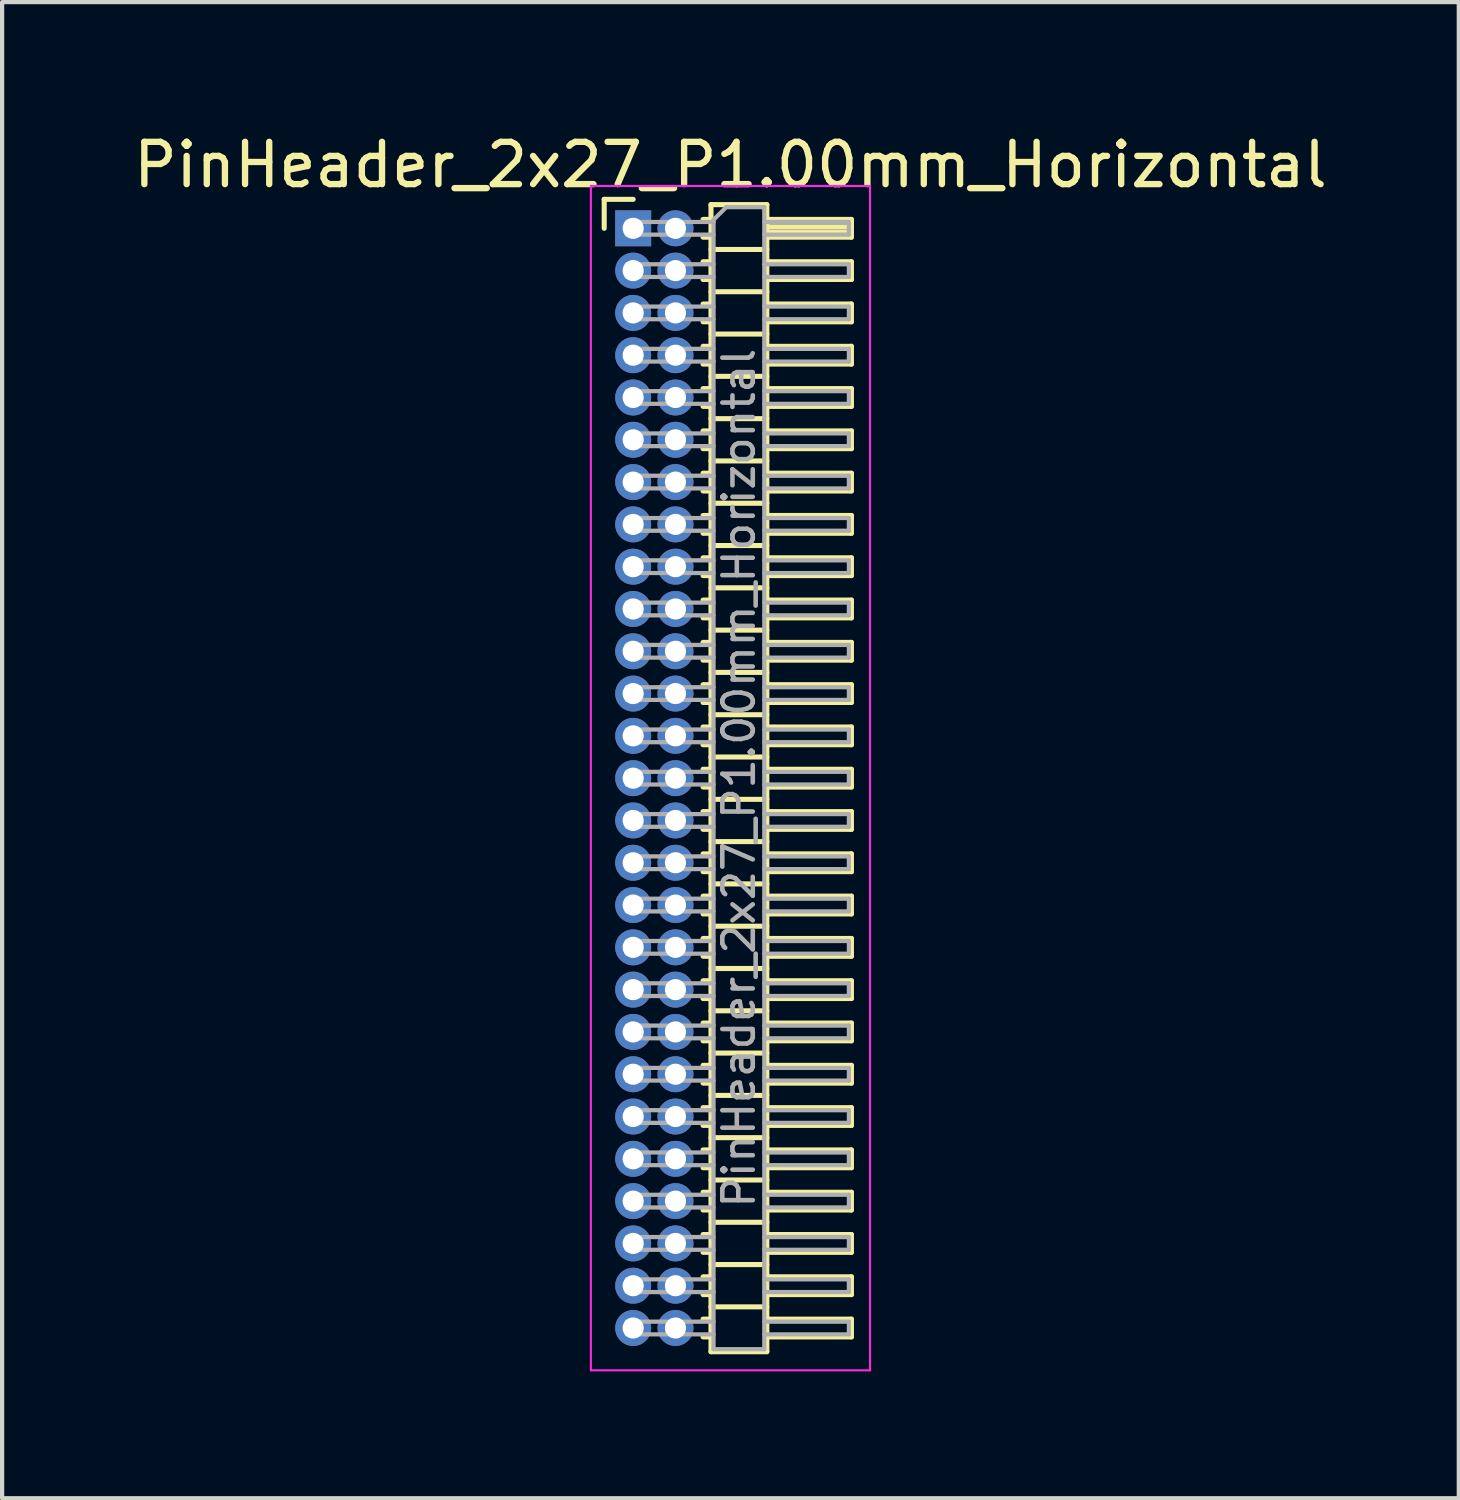
<source format=kicad_pcb>
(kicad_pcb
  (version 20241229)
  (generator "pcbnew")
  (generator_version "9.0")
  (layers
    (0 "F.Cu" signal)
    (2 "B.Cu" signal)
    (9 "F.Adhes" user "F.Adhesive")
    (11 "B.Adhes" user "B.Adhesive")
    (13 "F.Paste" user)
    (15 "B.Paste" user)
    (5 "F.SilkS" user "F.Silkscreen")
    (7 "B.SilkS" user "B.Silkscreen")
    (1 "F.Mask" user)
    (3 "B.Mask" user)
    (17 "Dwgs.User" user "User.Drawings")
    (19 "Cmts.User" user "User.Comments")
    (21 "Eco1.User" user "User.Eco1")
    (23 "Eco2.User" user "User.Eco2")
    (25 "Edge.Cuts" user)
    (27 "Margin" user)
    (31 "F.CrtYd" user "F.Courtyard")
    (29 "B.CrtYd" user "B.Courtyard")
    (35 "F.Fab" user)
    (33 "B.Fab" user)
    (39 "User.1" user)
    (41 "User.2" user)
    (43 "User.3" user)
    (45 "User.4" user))
  (footprint "PinHeader_2x27_P1.00mm_Horizontal"
    (layer "F.Cu")
    (at 11.92 2.348)
    (property "Reference" "PinHeader_2x27_P1.00mm_Horizontal" (at 2.3 -1.5 0) (layer "F.SilkS") (effects (font (size 1 1) (thickness 0.15))))
    (attr through_hole)
    (fp_line (start -0.685 -0.685) (end 0 -0.685) (stroke (width 0.12) (type solid)) (layer "F.SilkS"))
    (fp_line (start -0.685 0) (end -0.685 -0.685) (stroke (width 0.12) (type solid)) (layer "F.SilkS"))
    (fp_line (start 1.652 -0.21) (end 1.84 -0.21) (stroke (width 0.12) (type solid)) (layer "F.SilkS"))
    (fp_line (start 1.652 0.21) (end 1.84 0.21) (stroke (width 0.12) (type solid)) (layer "F.SilkS"))
    (fp_line (start 1.652 0.79) (end 1.84 0.79) (stroke (width 0.12) (type solid)) (layer "F.SilkS"))
    (fp_line (start 1.652 1.21) (end 1.84 1.21) (stroke (width 0.12) (type solid)) (layer "F.SilkS"))
    (fp_line (start 1.652 1.79) (end 1.84 1.79) (stroke (width 0.12) (type solid)) (layer "F.SilkS"))
    (fp_line (start 1.652 2.21) (end 1.84 2.21) (stroke (width 0.12) (type solid)) (layer "F.SilkS"))
    (fp_line (start 1.652 2.79) (end 1.84 2.79) (stroke (width 0.12) (type solid)) (layer "F.SilkS"))
    (fp_line (start 1.652 3.21) (end 1.84 3.21) (stroke (width 0.12) (type solid)) (layer "F.SilkS"))
    (fp_line (start 1.652 3.79) (end 1.84 3.79) (stroke (width 0.12) (type solid)) (layer "F.SilkS"))
    (fp_line (start 1.652 4.21) (end 1.84 4.21) (stroke (width 0.12) (type solid)) (layer "F.SilkS"))
    (fp_line (start 1.652 4.79) (end 1.84 4.79) (stroke (width 0.12) (type solid)) (layer "F.SilkS"))
    (fp_line (start 1.652 5.21) (end 1.84 5.21) (stroke (width 0.12) (type solid)) (layer "F.SilkS"))
    (fp_line (start 1.652 5.79) (end 1.84 5.79) (stroke (width 0.12) (type solid)) (layer "F.SilkS"))
    (fp_line (start 1.652 6.21) (end 1.84 6.21) (stroke (width 0.12) (type solid)) (layer "F.SilkS"))
    (fp_line (start 1.652 6.79) (end 1.84 6.79) (stroke (width 0.12) (type solid)) (layer "F.SilkS"))
    (fp_line (start 1.652 7.21) (end 1.84 7.21) (stroke (width 0.12) (type solid)) (layer "F.SilkS"))
    (fp_line (start 1.652 7.79) (end 1.84 7.79) (stroke (width 0.12) (type solid)) (layer "F.SilkS"))
    (fp_line (start 1.652 8.21) (end 1.84 8.21) (stroke (width 0.12) (type solid)) (layer "F.SilkS"))
    (fp_line (start 1.652 8.79) (end 1.84 8.79) (stroke (width 0.12) (type solid)) (layer "F.SilkS"))
    (fp_line (start 1.652 9.21) (end 1.84 9.21) (stroke (width 0.12) (type solid)) (layer "F.SilkS"))
    (fp_line (start 1.652 9.79) (end 1.84 9.79) (stroke (width 0.12) (type solid)) (layer "F.SilkS"))
    (fp_line (start 1.652 10.21) (end 1.84 10.21) (stroke (width 0.12) (type solid)) (layer "F.SilkS"))
    (fp_line (start 1.652 10.79) (end 1.84 10.79) (stroke (width 0.12) (type solid)) (layer "F.SilkS"))
    (fp_line (start 1.652 11.21) (end 1.84 11.21) (stroke (width 0.12) (type solid)) (layer "F.SilkS"))
    (fp_line (start 1.652 11.79) (end 1.84 11.79) (stroke (width 0.12) (type solid)) (layer "F.SilkS"))
    (fp_line (start 1.652 12.21) (end 1.84 12.21) (stroke (width 0.12) (type solid)) (layer "F.SilkS"))
    (fp_line (start 1.652 12.79) (end 1.84 12.79) (stroke (width 0.12) (type solid)) (layer "F.SilkS"))
    (fp_line (start 1.652 13.21) (end 1.84 13.21) (stroke (width 0.12) (type solid)) (layer "F.SilkS"))
    (fp_line (start 1.652 13.79) (end 1.84 13.79) (stroke (width 0.12) (type solid)) (layer "F.SilkS"))
    (fp_line (start 1.652 14.21) (end 1.84 14.21) (stroke (width 0.12) (type solid)) (layer "F.SilkS"))
    (fp_line (start 1.652 14.79) (end 1.84 14.79) (stroke (width 0.12) (type solid)) (layer "F.SilkS"))
    (fp_line (start 1.652 15.21) (end 1.84 15.21) (stroke (width 0.12) (type solid)) (layer "F.SilkS"))
    (fp_line (start 1.652 15.79) (end 1.84 15.79) (stroke (width 0.12) (type solid)) (layer "F.SilkS"))
    (fp_line (start 1.652 16.21) (end 1.84 16.21) (stroke (width 0.12) (type solid)) (layer "F.SilkS"))
    (fp_line (start 1.652 16.79) (end 1.84 16.79) (stroke (width 0.12) (type solid)) (layer "F.SilkS"))
    (fp_line (start 1.652 17.21) (end 1.84 17.21) (stroke (width 0.12) (type solid)) (layer "F.SilkS"))
    (fp_line (start 1.652 17.79) (end 1.84 17.79) (stroke (width 0.12) (type solid)) (layer "F.SilkS"))
    (fp_line (start 1.652 18.21) (end 1.84 18.21) (stroke (width 0.12) (type solid)) (layer "F.SilkS"))
    (fp_line (start 1.652 18.79) (end 1.84 18.79) (stroke (width 0.12) (type solid)) (layer "F.SilkS"))
    (fp_line (start 1.652 19.21) (end 1.84 19.21) (stroke (width 0.12) (type solid)) (layer "F.SilkS"))
    (fp_line (start 1.652 19.79) (end 1.84 19.79) (stroke (width 0.12) (type solid)) (layer "F.SilkS"))
    (fp_line (start 1.652 20.21) (end 1.84 20.21) (stroke (width 0.12) (type solid)) (layer "F.SilkS"))
    (fp_line (start 1.652 20.79) (end 1.84 20.79) (stroke (width 0.12) (type solid)) (layer "F.SilkS"))
    (fp_line (start 1.652 21.21) (end 1.84 21.21) (stroke (width 0.12) (type solid)) (layer "F.SilkS"))
    (fp_line (start 1.652 21.79) (end 1.84 21.79) (stroke (width 0.12) (type solid)) (layer "F.SilkS"))
    (fp_line (start 1.652 22.21) (end 1.84 22.21) (stroke (width 0.12) (type solid)) (layer "F.SilkS"))
    (fp_line (start 1.652 22.79) (end 1.84 22.79) (stroke (width 0.12) (type solid)) (layer "F.SilkS"))
    (fp_line (start 1.652 23.21) (end 1.84 23.21) (stroke (width 0.12) (type solid)) (layer "F.SilkS"))
    (fp_line (start 1.652 23.79) (end 1.84 23.79) (stroke (width 0.12) (type solid)) (layer "F.SilkS"))
    (fp_line (start 1.652 24.21) (end 1.84 24.21) (stroke (width 0.12) (type solid)) (layer "F.SilkS"))
    (fp_line (start 1.652 24.79) (end 1.84 24.79) (stroke (width 0.12) (type solid)) (layer "F.SilkS"))
    (fp_line (start 1.652 25.21) (end 1.84 25.21) (stroke (width 0.12) (type solid)) (layer "F.SilkS"))
    (fp_line (start 1.652 25.79) (end 1.84 25.79) (stroke (width 0.12) (type solid)) (layer "F.SilkS"))
    (fp_line (start 1.652 26.21) (end 1.84 26.21) (stroke (width 0.12) (type solid)) (layer "F.SilkS"))
    (fp_line (start 1.84 -0.56) (end 1.84 26.56) (stroke (width 0.12) (type solid)) (layer "F.SilkS"))
    (fp_line (start 1.84 0.5) (end 3.16 0.5) (stroke (width 0.12) (type solid)) (layer "F.SilkS"))
    (fp_line (start 1.84 1.5) (end 3.16 1.5) (stroke (width 0.12) (type solid)) (layer "F.SilkS"))
    (fp_line (start 1.84 2.5) (end 3.16 2.5) (stroke (width 0.12) (type solid)) (layer "F.SilkS"))
    (fp_line (start 1.84 3.5) (end 3.16 3.5) (stroke (width 0.12) (type solid)) (layer "F.SilkS"))
    (fp_line (start 1.84 4.5) (end 3.16 4.5) (stroke (width 0.12) (type solid)) (layer "F.SilkS"))
    (fp_line (start 1.84 5.5) (end 3.16 5.5) (stroke (width 0.12) (type solid)) (layer "F.SilkS"))
    (fp_line (start 1.84 6.5) (end 3.16 6.5) (stroke (width 0.12) (type solid)) (layer "F.SilkS"))
    (fp_line (start 1.84 7.5) (end 3.16 7.5) (stroke (width 0.12) (type solid)) (layer "F.SilkS"))
    (fp_line (start 1.84 8.5) (end 3.16 8.5) (stroke (width 0.12) (type solid)) (layer "F.SilkS"))
    (fp_line (start 1.84 9.5) (end 3.16 9.5) (stroke (width 0.12) (type solid)) (layer "F.SilkS"))
    (fp_line (start 1.84 10.5) (end 3.16 10.5) (stroke (width 0.12) (type solid)) (layer "F.SilkS"))
    (fp_line (start 1.84 11.5) (end 3.16 11.5) (stroke (width 0.12) (type solid)) (layer "F.SilkS"))
    (fp_line (start 1.84 12.5) (end 3.16 12.5) (stroke (width 0.12) (type solid)) (layer "F.SilkS"))
    (fp_line (start 1.84 13.5) (end 3.16 13.5) (stroke (width 0.12) (type solid)) (layer "F.SilkS"))
    (fp_line (start 1.84 14.5) (end 3.16 14.5) (stroke (width 0.12) (type solid)) (layer "F.SilkS"))
    (fp_line (start 1.84 15.5) (end 3.16 15.5) (stroke (width 0.12) (type solid)) (layer "F.SilkS"))
    (fp_line (start 1.84 16.5) (end 3.16 16.5) (stroke (width 0.12) (type solid)) (layer "F.SilkS"))
    (fp_line (start 1.84 17.5) (end 3.16 17.5) (stroke (width 0.12) (type solid)) (layer "F.SilkS"))
    (fp_line (start 1.84 18.5) (end 3.16 18.5) (stroke (width 0.12) (type solid)) (layer "F.SilkS"))
    (fp_line (start 1.84 19.5) (end 3.16 19.5) (stroke (width 0.12) (type solid)) (layer "F.SilkS"))
    (fp_line (start 1.84 20.5) (end 3.16 20.5) (stroke (width 0.12) (type solid)) (layer "F.SilkS"))
    (fp_line (start 1.84 21.5) (end 3.16 21.5) (stroke (width 0.12) (type solid)) (layer "F.SilkS"))
    (fp_line (start 1.84 22.5) (end 3.16 22.5) (stroke (width 0.12) (type solid)) (layer "F.SilkS"))
    (fp_line (start 1.84 23.5) (end 3.16 23.5) (stroke (width 0.12) (type solid)) (layer "F.SilkS"))
    (fp_line (start 1.84 24.5) (end 3.16 24.5) (stroke (width 0.12) (type solid)) (layer "F.SilkS"))
    (fp_line (start 1.84 25.5) (end 3.16 25.5) (stroke (width 0.12) (type solid)) (layer "F.SilkS"))
    (fp_line (start 1.84 26.56) (end 3.16 26.56) (stroke (width 0.12) (type solid)) (layer "F.SilkS"))
    (fp_line (start 3.16 -0.56) (end 1.84 -0.56) (stroke (width 0.12) (type solid)) (layer "F.SilkS"))
    (fp_line (start 3.16 -0.21) (end 5.16 -0.21) (stroke (width 0.12) (type solid)) (layer "F.SilkS"))
    (fp_line (start 3.16 -0.15) (end 5.16 -0.15) (stroke (width 0.12) (type solid)) (layer "F.SilkS"))
    (fp_line (start 3.16 -0.03) (end 5.16 -0.03) (stroke (width 0.12) (type solid)) (layer "F.SilkS"))
    (fp_line (start 3.16 0.09) (end 5.16 0.09) (stroke (width 0.12) (type solid)) (layer "F.SilkS"))
    (fp_line (start 3.16 0.79) (end 5.16 0.79) (stroke (width 0.12) (type solid)) (layer "F.SilkS"))
    (fp_line (start 3.16 1.79) (end 5.16 1.79) (stroke (width 0.12) (type solid)) (layer "F.SilkS"))
    (fp_line (start 3.16 2.79) (end 5.16 2.79) (stroke (width 0.12) (type solid)) (layer "F.SilkS"))
    (fp_line (start 3.16 3.79) (end 5.16 3.79) (stroke (width 0.12) (type solid)) (layer "F.SilkS"))
    (fp_line (start 3.16 4.79) (end 5.16 4.79) (stroke (width 0.12) (type solid)) (layer "F.SilkS"))
    (fp_line (start 3.16 5.79) (end 5.16 5.79) (stroke (width 0.12) (type solid)) (layer "F.SilkS"))
    (fp_line (start 3.16 6.79) (end 5.16 6.79) (stroke (width 0.12) (type solid)) (layer "F.SilkS"))
    (fp_line (start 3.16 7.79) (end 5.16 7.79) (stroke (width 0.12) (type solid)) (layer "F.SilkS"))
    (fp_line (start 3.16 8.79) (end 5.16 8.79) (stroke (width 0.12) (type solid)) (layer "F.SilkS"))
    (fp_line (start 3.16 9.79) (end 5.16 9.79) (stroke (width 0.12) (type solid)) (layer "F.SilkS"))
    (fp_line (start 3.16 10.79) (end 5.16 10.79) (stroke (width 0.12) (type solid)) (layer "F.SilkS"))
    (fp_line (start 3.16 11.79) (end 5.16 11.79) (stroke (width 0.12) (type solid)) (layer "F.SilkS"))
    (fp_line (start 3.16 12.79) (end 5.16 12.79) (stroke (width 0.12) (type solid)) (layer "F.SilkS"))
    (fp_line (start 3.16 13.79) (end 5.16 13.79) (stroke (width 0.12) (type solid)) (layer "F.SilkS"))
    (fp_line (start 3.16 14.79) (end 5.16 14.79) (stroke (width 0.12) (type solid)) (layer "F.SilkS"))
    (fp_line (start 3.16 15.79) (end 5.16 15.79) (stroke (width 0.12) (type solid)) (layer "F.SilkS"))
    (fp_line (start 3.16 16.79) (end 5.16 16.79) (stroke (width 0.12) (type solid)) (layer "F.SilkS"))
    (fp_line (start 3.16 17.79) (end 5.16 17.79) (stroke (width 0.12) (type solid)) (layer "F.SilkS"))
    (fp_line (start 3.16 18.79) (end 5.16 18.79) (stroke (width 0.12) (type solid)) (layer "F.SilkS"))
    (fp_line (start 3.16 19.79) (end 5.16 19.79) (stroke (width 0.12) (type solid)) (layer "F.SilkS"))
    (fp_line (start 3.16 20.79) (end 5.16 20.79) (stroke (width 0.12) (type solid)) (layer "F.SilkS"))
    (fp_line (start 3.16 21.79) (end 5.16 21.79) (stroke (width 0.12) (type solid)) (layer "F.SilkS"))
    (fp_line (start 3.16 22.79) (end 5.16 22.79) (stroke (width 0.12) (type solid)) (layer "F.SilkS"))
    (fp_line (start 3.16 23.79) (end 5.16 23.79) (stroke (width 0.12) (type solid)) (layer "F.SilkS"))
    (fp_line (start 3.16 24.79) (end 5.16 24.79) (stroke (width 0.12) (type solid)) (layer "F.SilkS"))
    (fp_line (start 3.16 25.79) (end 5.16 25.79) (stroke (width 0.12) (type solid)) (layer "F.SilkS"))
    (fp_line (start 3.16 26.56) (end 3.16 -0.56) (stroke (width 0.12) (type solid)) (layer "F.SilkS"))
    (fp_line (start 5.16 -0.21) (end 5.16 0.21) (stroke (width 0.12) (type solid)) (layer "F.SilkS"))
    (fp_line (start 5.16 0.21) (end 3.16 0.21) (stroke (width 0.12) (type solid)) (layer "F.SilkS"))
    (fp_line (start 5.16 0.79) (end 5.16 1.21) (stroke (width 0.12) (type solid)) (layer "F.SilkS"))
    (fp_line (start 5.16 1.21) (end 3.16 1.21) (stroke (width 0.12) (type solid)) (layer "F.SilkS"))
    (fp_line (start 5.16 1.79) (end 5.16 2.21) (stroke (width 0.12) (type solid)) (layer "F.SilkS"))
    (fp_line (start 5.16 2.21) (end 3.16 2.21) (stroke (width 0.12) (type solid)) (layer "F.SilkS"))
    (fp_line (start 5.16 2.79) (end 5.16 3.21) (stroke (width 0.12) (type solid)) (layer "F.SilkS"))
    (fp_line (start 5.16 3.21) (end 3.16 3.21) (stroke (width 0.12) (type solid)) (layer "F.SilkS"))
    (fp_line (start 5.16 3.79) (end 5.16 4.21) (stroke (width 0.12) (type solid)) (layer "F.SilkS"))
    (fp_line (start 5.16 4.21) (end 3.16 4.21) (stroke (width 0.12) (type solid)) (layer "F.SilkS"))
    (fp_line (start 5.16 4.79) (end 5.16 5.21) (stroke (width 0.12) (type solid)) (layer "F.SilkS"))
    (fp_line (start 5.16 5.21) (end 3.16 5.21) (stroke (width 0.12) (type solid)) (layer "F.SilkS"))
    (fp_line (start 5.16 5.79) (end 5.16 6.21) (stroke (width 0.12) (type solid)) (layer "F.SilkS"))
    (fp_line (start 5.16 6.21) (end 3.16 6.21) (stroke (width 0.12) (type solid)) (layer "F.SilkS"))
    (fp_line (start 5.16 6.79) (end 5.16 7.21) (stroke (width 0.12) (type solid)) (layer "F.SilkS"))
    (fp_line (start 5.16 7.21) (end 3.16 7.21) (stroke (width 0.12) (type solid)) (layer "F.SilkS"))
    (fp_line (start 5.16 7.79) (end 5.16 8.21) (stroke (width 0.12) (type solid)) (layer "F.SilkS"))
    (fp_line (start 5.16 8.21) (end 3.16 8.21) (stroke (width 0.12) (type solid)) (layer "F.SilkS"))
    (fp_line (start 5.16 8.79) (end 5.16 9.21) (stroke (width 0.12) (type solid)) (layer "F.SilkS"))
    (fp_line (start 5.16 9.21) (end 3.16 9.21) (stroke (width 0.12) (type solid)) (layer "F.SilkS"))
    (fp_line (start 5.16 9.79) (end 5.16 10.21) (stroke (width 0.12) (type solid)) (layer "F.SilkS"))
    (fp_line (start 5.16 10.21) (end 3.16 10.21) (stroke (width 0.12) (type solid)) (layer "F.SilkS"))
    (fp_line (start 5.16 10.79) (end 5.16 11.21) (stroke (width 0.12) (type solid)) (layer "F.SilkS"))
    (fp_line (start 5.16 11.21) (end 3.16 11.21) (stroke (width 0.12) (type solid)) (layer "F.SilkS"))
    (fp_line (start 5.16 11.79) (end 5.16 12.21) (stroke (width 0.12) (type solid)) (layer "F.SilkS"))
    (fp_line (start 5.16 12.21) (end 3.16 12.21) (stroke (width 0.12) (type solid)) (layer "F.SilkS"))
    (fp_line (start 5.16 12.79) (end 5.16 13.21) (stroke (width 0.12) (type solid)) (layer "F.SilkS"))
    (fp_line (start 5.16 13.21) (end 3.16 13.21) (stroke (width 0.12) (type solid)) (layer "F.SilkS"))
    (fp_line (start 5.16 13.79) (end 5.16 14.21) (stroke (width 0.12) (type solid)) (layer "F.SilkS"))
    (fp_line (start 5.16 14.21) (end 3.16 14.21) (stroke (width 0.12) (type solid)) (layer "F.SilkS"))
    (fp_line (start 5.16 14.79) (end 5.16 15.21) (stroke (width 0.12) (type solid)) (layer "F.SilkS"))
    (fp_line (start 5.16 15.21) (end 3.16 15.21) (stroke (width 0.12) (type solid)) (layer "F.SilkS"))
    (fp_line (start 5.16 15.79) (end 5.16 16.21) (stroke (width 0.12) (type solid)) (layer "F.SilkS"))
    (fp_line (start 5.16 16.21) (end 3.16 16.21) (stroke (width 0.12) (type solid)) (layer "F.SilkS"))
    (fp_line (start 5.16 16.79) (end 5.16 17.21) (stroke (width 0.12) (type solid)) (layer "F.SilkS"))
    (fp_line (start 5.16 17.21) (end 3.16 17.21) (stroke (width 0.12) (type solid)) (layer "F.SilkS"))
    (fp_line (start 5.16 17.79) (end 5.16 18.21) (stroke (width 0.12) (type solid)) (layer "F.SilkS"))
    (fp_line (start 5.16 18.21) (end 3.16 18.21) (stroke (width 0.12) (type solid)) (layer "F.SilkS"))
    (fp_line (start 5.16 18.79) (end 5.16 19.21) (stroke (width 0.12) (type solid)) (layer "F.SilkS"))
    (fp_line (start 5.16 19.21) (end 3.16 19.21) (stroke (width 0.12) (type solid)) (layer "F.SilkS"))
    (fp_line (start 5.16 19.79) (end 5.16 20.21) (stroke (width 0.12) (type solid)) (layer "F.SilkS"))
    (fp_line (start 5.16 20.21) (end 3.16 20.21) (stroke (width 0.12) (type solid)) (layer "F.SilkS"))
    (fp_line (start 5.16 20.79) (end 5.16 21.21) (stroke (width 0.12) (type solid)) (layer "F.SilkS"))
    (fp_line (start 5.16 21.21) (end 3.16 21.21) (stroke (width 0.12) (type solid)) (layer "F.SilkS"))
    (fp_line (start 5.16 21.79) (end 5.16 22.21) (stroke (width 0.12) (type solid)) (layer "F.SilkS"))
    (fp_line (start 5.16 22.21) (end 3.16 22.21) (stroke (width 0.12) (type solid)) (layer "F.SilkS"))
    (fp_line (start 5.16 22.79) (end 5.16 23.21) (stroke (width 0.12) (type solid)) (layer "F.SilkS"))
    (fp_line (start 5.16 23.21) (end 3.16 23.21) (stroke (width 0.12) (type solid)) (layer "F.SilkS"))
    (fp_line (start 5.16 23.79) (end 5.16 24.21) (stroke (width 0.12) (type solid)) (layer "F.SilkS"))
    (fp_line (start 5.16 24.21) (end 3.16 24.21) (stroke (width 0.12) (type solid)) (layer "F.SilkS"))
    (fp_line (start 5.16 24.79) (end 5.16 25.21) (stroke (width 0.12) (type solid)) (layer "F.SilkS"))
    (fp_line (start 5.16 25.21) (end 3.16 25.21) (stroke (width 0.12) (type solid)) (layer "F.SilkS"))
    (fp_line (start 5.16 25.79) (end 5.16 26.21) (stroke (width 0.12) (type solid)) (layer "F.SilkS"))
    (fp_line (start 5.16 26.21) (end 3.16 26.21) (stroke (width 0.12) (type solid)) (layer "F.SilkS"))
    (fp_line (start -1 -1) (end -1 27) (stroke (width 0.05) (type solid)) (layer "F.CrtYd"))
    (fp_line (start -1 27) (end 5.6 27) (stroke (width 0.05) (type solid)) (layer "F.CrtYd"))
    (fp_line (start 5.6 -1) (end -1 -1) (stroke (width 0.05) (type solid)) (layer "F.CrtYd"))
    (fp_line (start 5.6 27) (end 5.6 -1) (stroke (width 0.05) (type solid)) (layer "F.CrtYd"))
    (fp_line (start -0.15 -0.15) (end -0.15 0.15) (stroke (width 0.1) (type solid)) (layer "F.Fab"))
    (fp_line (start -0.15 -0.15) (end 1.9 -0.15) (stroke (width 0.1) (type solid)) (layer "F.Fab"))
    (fp_line (start -0.15 0.15) (end 1.9 0.15) (stroke (width 0.1) (type solid)) (layer "F.Fab"))
    (fp_line (start -0.15 0.85) (end -0.15 1.15) (stroke (width 0.1) (type solid)) (layer "F.Fab"))
    (fp_line (start -0.15 0.85) (end 1.9 0.85) (stroke (width 0.1) (type solid)) (layer "F.Fab"))
    (fp_line (start -0.15 1.15) (end 1.9 1.15) (stroke (width 0.1) (type solid)) (layer "F.Fab"))
    (fp_line (start -0.15 1.85) (end -0.15 2.15) (stroke (width 0.1) (type solid)) (layer "F.Fab"))
    (fp_line (start -0.15 1.85) (end 1.9 1.85) (stroke (width 0.1) (type solid)) (layer "F.Fab"))
    (fp_line (start -0.15 2.15) (end 1.9 2.15) (stroke (width 0.1) (type solid)) (layer "F.Fab"))
    (fp_line (start -0.15 2.85) (end -0.15 3.15) (stroke (width 0.1) (type solid)) (layer "F.Fab"))
    (fp_line (start -0.15 2.85) (end 1.9 2.85) (stroke (width 0.1) (type solid)) (layer "F.Fab"))
    (fp_line (start -0.15 3.15) (end 1.9 3.15) (stroke (width 0.1) (type solid)) (layer "F.Fab"))
    (fp_line (start -0.15 3.85) (end -0.15 4.15) (stroke (width 0.1) (type solid)) (layer "F.Fab"))
    (fp_line (start -0.15 3.85) (end 1.9 3.85) (stroke (width 0.1) (type solid)) (layer "F.Fab"))
    (fp_line (start -0.15 4.15) (end 1.9 4.15) (stroke (width 0.1) (type solid)) (layer "F.Fab"))
    (fp_line (start -0.15 4.85) (end -0.15 5.15) (stroke (width 0.1) (type solid)) (layer "F.Fab"))
    (fp_line (start -0.15 4.85) (end 1.9 4.85) (stroke (width 0.1) (type solid)) (layer "F.Fab"))
    (fp_line (start -0.15 5.15) (end 1.9 5.15) (stroke (width 0.1) (type solid)) (layer "F.Fab"))
    (fp_line (start -0.15 5.85) (end -0.15 6.15) (stroke (width 0.1) (type solid)) (layer "F.Fab"))
    (fp_line (start -0.15 5.85) (end 1.9 5.85) (stroke (width 0.1) (type solid)) (layer "F.Fab"))
    (fp_line (start -0.15 6.15) (end 1.9 6.15) (stroke (width 0.1) (type solid)) (layer "F.Fab"))
    (fp_line (start -0.15 6.85) (end -0.15 7.15) (stroke (width 0.1) (type solid)) (layer "F.Fab"))
    (fp_line (start -0.15 6.85) (end 1.9 6.85) (stroke (width 0.1) (type solid)) (layer "F.Fab"))
    (fp_line (start -0.15 7.15) (end 1.9 7.15) (stroke (width 0.1) (type solid)) (layer "F.Fab"))
    (fp_line (start -0.15 7.85) (end -0.15 8.15) (stroke (width 0.1) (type solid)) (layer "F.Fab"))
    (fp_line (start -0.15 7.85) (end 1.9 7.85) (stroke (width 0.1) (type solid)) (layer "F.Fab"))
    (fp_line (start -0.15 8.15) (end 1.9 8.15) (stroke (width 0.1) (type solid)) (layer "F.Fab"))
    (fp_line (start -0.15 8.85) (end -0.15 9.15) (stroke (width 0.1) (type solid)) (layer "F.Fab"))
    (fp_line (start -0.15 8.85) (end 1.9 8.85) (stroke (width 0.1) (type solid)) (layer "F.Fab"))
    (fp_line (start -0.15 9.15) (end 1.9 9.15) (stroke (width 0.1) (type solid)) (layer "F.Fab"))
    (fp_line (start -0.15 9.85) (end -0.15 10.15) (stroke (width 0.1) (type solid)) (layer "F.Fab"))
    (fp_line (start -0.15 9.85) (end 1.9 9.85) (stroke (width 0.1) (type solid)) (layer "F.Fab"))
    (fp_line (start -0.15 10.15) (end 1.9 10.15) (stroke (width 0.1) (type solid)) (layer "F.Fab"))
    (fp_line (start -0.15 10.85) (end -0.15 11.15) (stroke (width 0.1) (type solid)) (layer "F.Fab"))
    (fp_line (start -0.15 10.85) (end 1.9 10.85) (stroke (width 0.1) (type solid)) (layer "F.Fab"))
    (fp_line (start -0.15 11.15) (end 1.9 11.15) (stroke (width 0.1) (type solid)) (layer "F.Fab"))
    (fp_line (start -0.15 11.85) (end -0.15 12.15) (stroke (width 0.1) (type solid)) (layer "F.Fab"))
    (fp_line (start -0.15 11.85) (end 1.9 11.85) (stroke (width 0.1) (type solid)) (layer "F.Fab"))
    (fp_line (start -0.15 12.15) (end 1.9 12.15) (stroke (width 0.1) (type solid)) (layer "F.Fab"))
    (fp_line (start -0.15 12.85) (end -0.15 13.15) (stroke (width 0.1) (type solid)) (layer "F.Fab"))
    (fp_line (start -0.15 12.85) (end 1.9 12.85) (stroke (width 0.1) (type solid)) (layer "F.Fab"))
    (fp_line (start -0.15 13.15) (end 1.9 13.15) (stroke (width 0.1) (type solid)) (layer "F.Fab"))
    (fp_line (start -0.15 13.85) (end -0.15 14.15) (stroke (width 0.1) (type solid)) (layer "F.Fab"))
    (fp_line (start -0.15 13.85) (end 1.9 13.85) (stroke (width 0.1) (type solid)) (layer "F.Fab"))
    (fp_line (start -0.15 14.15) (end 1.9 14.15) (stroke (width 0.1) (type solid)) (layer "F.Fab"))
    (fp_line (start -0.15 14.85) (end -0.15 15.15) (stroke (width 0.1) (type solid)) (layer "F.Fab"))
    (fp_line (start -0.15 14.85) (end 1.9 14.85) (stroke (width 0.1) (type solid)) (layer "F.Fab"))
    (fp_line (start -0.15 15.15) (end 1.9 15.15) (stroke (width 0.1) (type solid)) (layer "F.Fab"))
    (fp_line (start -0.15 15.85) (end -0.15 16.15) (stroke (width 0.1) (type solid)) (layer "F.Fab"))
    (fp_line (start -0.15 15.85) (end 1.9 15.85) (stroke (width 0.1) (type solid)) (layer "F.Fab"))
    (fp_line (start -0.15 16.15) (end 1.9 16.15) (stroke (width 0.1) (type solid)) (layer "F.Fab"))
    (fp_line (start -0.15 16.85) (end -0.15 17.15) (stroke (width 0.1) (type solid)) (layer "F.Fab"))
    (fp_line (start -0.15 16.85) (end 1.9 16.85) (stroke (width 0.1) (type solid)) (layer "F.Fab"))
    (fp_line (start -0.15 17.15) (end 1.9 17.15) (stroke (width 0.1) (type solid)) (layer "F.Fab"))
    (fp_line (start -0.15 17.85) (end -0.15 18.15) (stroke (width 0.1) (type solid)) (layer "F.Fab"))
    (fp_line (start -0.15 17.85) (end 1.9 17.85) (stroke (width 0.1) (type solid)) (layer "F.Fab"))
    (fp_line (start -0.15 18.15) (end 1.9 18.15) (stroke (width 0.1) (type solid)) (layer "F.Fab"))
    (fp_line (start -0.15 18.85) (end -0.15 19.15) (stroke (width 0.1) (type solid)) (layer "F.Fab"))
    (fp_line (start -0.15 18.85) (end 1.9 18.85) (stroke (width 0.1) (type solid)) (layer "F.Fab"))
    (fp_line (start -0.15 19.15) (end 1.9 19.15) (stroke (width 0.1) (type solid)) (layer "F.Fab"))
    (fp_line (start -0.15 19.85) (end -0.15 20.15) (stroke (width 0.1) (type solid)) (layer "F.Fab"))
    (fp_line (start -0.15 19.85) (end 1.9 19.85) (stroke (width 0.1) (type solid)) (layer "F.Fab"))
    (fp_line (start -0.15 20.15) (end 1.9 20.15) (stroke (width 0.1) (type solid)) (layer "F.Fab"))
    (fp_line (start -0.15 20.85) (end -0.15 21.15) (stroke (width 0.1) (type solid)) (layer "F.Fab"))
    (fp_line (start -0.15 20.85) (end 1.9 20.85) (stroke (width 0.1) (type solid)) (layer "F.Fab"))
    (fp_line (start -0.15 21.15) (end 1.9 21.15) (stroke (width 0.1) (type solid)) (layer "F.Fab"))
    (fp_line (start -0.15 21.85) (end -0.15 22.15) (stroke (width 0.1) (type solid)) (layer "F.Fab"))
    (fp_line (start -0.15 21.85) (end 1.9 21.85) (stroke (width 0.1) (type solid)) (layer "F.Fab"))
    (fp_line (start -0.15 22.15) (end 1.9 22.15) (stroke (width 0.1) (type solid)) (layer "F.Fab"))
    (fp_line (start -0.15 22.85) (end -0.15 23.15) (stroke (width 0.1) (type solid)) (layer "F.Fab"))
    (fp_line (start -0.15 22.85) (end 1.9 22.85) (stroke (width 0.1) (type solid)) (layer "F.Fab"))
    (fp_line (start -0.15 23.15) (end 1.9 23.15) (stroke (width 0.1) (type solid)) (layer "F.Fab"))
    (fp_line (start -0.15 23.85) (end -0.15 24.15) (stroke (width 0.1) (type solid)) (layer "F.Fab"))
    (fp_line (start -0.15 23.85) (end 1.9 23.85) (stroke (width 0.1) (type solid)) (layer "F.Fab"))
    (fp_line (start -0.15 24.15) (end 1.9 24.15) (stroke (width 0.1) (type solid)) (layer "F.Fab"))
    (fp_line (start -0.15 24.85) (end -0.15 25.15) (stroke (width 0.1) (type solid)) (layer "F.Fab"))
    (fp_line (start -0.15 24.85) (end 1.9 24.85) (stroke (width 0.1) (type solid)) (layer "F.Fab"))
    (fp_line (start -0.15 25.15) (end 1.9 25.15) (stroke (width 0.1) (type solid)) (layer "F.Fab"))
    (fp_line (start -0.15 25.85) (end -0.15 26.15) (stroke (width 0.1) (type solid)) (layer "F.Fab"))
    (fp_line (start -0.15 25.85) (end 1.9 25.85) (stroke (width 0.1) (type solid)) (layer "F.Fab"))
    (fp_line (start -0.15 26.15) (end 1.9 26.15) (stroke (width 0.1) (type solid)) (layer "F.Fab"))
    (fp_line (start 1.9 -0.2) (end 2.2 -0.5) (stroke (width 0.1) (type solid)) (layer "F.Fab"))
    (fp_line (start 1.9 26.5) (end 1.9 -0.2) (stroke (width 0.1) (type solid)) (layer "F.Fab"))
    (fp_line (start 2.2 -0.5) (end 3.1 -0.5) (stroke (width 0.1) (type solid)) (layer "F.Fab"))
    (fp_line (start 3.1 -0.5) (end 3.1 26.5) (stroke (width 0.1) (type solid)) (layer "F.Fab"))
    (fp_line (start 3.1 -0.15) (end 5.1 -0.15) (stroke (width 0.1) (type solid)) (layer "F.Fab"))
    (fp_line (start 3.1 0.15) (end 5.1 0.15) (stroke (width 0.1) (type solid)) (layer "F.Fab"))
    (fp_line (start 3.1 0.85) (end 5.1 0.85) (stroke (width 0.1) (type solid)) (layer "F.Fab"))
    (fp_line (start 3.1 1.15) (end 5.1 1.15) (stroke (width 0.1) (type solid)) (layer "F.Fab"))
    (fp_line (start 3.1 1.85) (end 5.1 1.85) (stroke (width 0.1) (type solid)) (layer "F.Fab"))
    (fp_line (start 3.1 2.15) (end 5.1 2.15) (stroke (width 0.1) (type solid)) (layer "F.Fab"))
    (fp_line (start 3.1 2.85) (end 5.1 2.85) (stroke (width 0.1) (type solid)) (layer "F.Fab"))
    (fp_line (start 3.1 3.15) (end 5.1 3.15) (stroke (width 0.1) (type solid)) (layer "F.Fab"))
    (fp_line (start 3.1 3.85) (end 5.1 3.85) (stroke (width 0.1) (type solid)) (layer "F.Fab"))
    (fp_line (start 3.1 4.15) (end 5.1 4.15) (stroke (width 0.1) (type solid)) (layer "F.Fab"))
    (fp_line (start 3.1 4.85) (end 5.1 4.85) (stroke (width 0.1) (type solid)) (layer "F.Fab"))
    (fp_line (start 3.1 5.15) (end 5.1 5.15) (stroke (width 0.1) (type solid)) (layer "F.Fab"))
    (fp_line (start 3.1 5.85) (end 5.1 5.85) (stroke (width 0.1) (type solid)) (layer "F.Fab"))
    (fp_line (start 3.1 6.15) (end 5.1 6.15) (stroke (width 0.1) (type solid)) (layer "F.Fab"))
    (fp_line (start 3.1 6.85) (end 5.1 6.85) (stroke (width 0.1) (type solid)) (layer "F.Fab"))
    (fp_line (start 3.1 7.15) (end 5.1 7.15) (stroke (width 0.1) (type solid)) (layer "F.Fab"))
    (fp_line (start 3.1 7.85) (end 5.1 7.85) (stroke (width 0.1) (type solid)) (layer "F.Fab"))
    (fp_line (start 3.1 8.15) (end 5.1 8.15) (stroke (width 0.1) (type solid)) (layer "F.Fab"))
    (fp_line (start 3.1 8.85) (end 5.1 8.85) (stroke (width 0.1) (type solid)) (layer "F.Fab"))
    (fp_line (start 3.1 9.15) (end 5.1 9.15) (stroke (width 0.1) (type solid)) (layer "F.Fab"))
    (fp_line (start 3.1 9.85) (end 5.1 9.85) (stroke (width 0.1) (type solid)) (layer "F.Fab"))
    (fp_line (start 3.1 10.15) (end 5.1 10.15) (stroke (width 0.1) (type solid)) (layer "F.Fab"))
    (fp_line (start 3.1 10.85) (end 5.1 10.85) (stroke (width 0.1) (type solid)) (layer "F.Fab"))
    (fp_line (start 3.1 11.15) (end 5.1 11.15) (stroke (width 0.1) (type solid)) (layer "F.Fab"))
    (fp_line (start 3.1 11.85) (end 5.1 11.85) (stroke (width 0.1) (type solid)) (layer "F.Fab"))
    (fp_line (start 3.1 12.15) (end 5.1 12.15) (stroke (width 0.1) (type solid)) (layer "F.Fab"))
    (fp_line (start 3.1 12.85) (end 5.1 12.85) (stroke (width 0.1) (type solid)) (layer "F.Fab"))
    (fp_line (start 3.1 13.15) (end 5.1 13.15) (stroke (width 0.1) (type solid)) (layer "F.Fab"))
    (fp_line (start 3.1 13.85) (end 5.1 13.85) (stroke (width 0.1) (type solid)) (layer "F.Fab"))
    (fp_line (start 3.1 14.15) (end 5.1 14.15) (stroke (width 0.1) (type solid)) (layer "F.Fab"))
    (fp_line (start 3.1 14.85) (end 5.1 14.85) (stroke (width 0.1) (type solid)) (layer "F.Fab"))
    (fp_line (start 3.1 15.15) (end 5.1 15.15) (stroke (width 0.1) (type solid)) (layer "F.Fab"))
    (fp_line (start 3.1 15.85) (end 5.1 15.85) (stroke (width 0.1) (type solid)) (layer "F.Fab"))
    (fp_line (start 3.1 16.15) (end 5.1 16.15) (stroke (width 0.1) (type solid)) (layer "F.Fab"))
    (fp_line (start 3.1 16.85) (end 5.1 16.85) (stroke (width 0.1) (type solid)) (layer "F.Fab"))
    (fp_line (start 3.1 17.15) (end 5.1 17.15) (stroke (width 0.1) (type solid)) (layer "F.Fab"))
    (fp_line (start 3.1 17.85) (end 5.1 17.85) (stroke (width 0.1) (type solid)) (layer "F.Fab"))
    (fp_line (start 3.1 18.15) (end 5.1 18.15) (stroke (width 0.1) (type solid)) (layer "F.Fab"))
    (fp_line (start 3.1 18.85) (end 5.1 18.85) (stroke (width 0.1) (type solid)) (layer "F.Fab"))
    (fp_line (start 3.1 19.15) (end 5.1 19.15) (stroke (width 0.1) (type solid)) (layer "F.Fab"))
    (fp_line (start 3.1 19.85) (end 5.1 19.85) (stroke (width 0.1) (type solid)) (layer "F.Fab"))
    (fp_line (start 3.1 20.15) (end 5.1 20.15) (stroke (width 0.1) (type solid)) (layer "F.Fab"))
    (fp_line (start 3.1 20.85) (end 5.1 20.85) (stroke (width 0.1) (type solid)) (layer "F.Fab"))
    (fp_line (start 3.1 21.15) (end 5.1 21.15) (stroke (width 0.1) (type solid)) (layer "F.Fab"))
    (fp_line (start 3.1 21.85) (end 5.1 21.85) (stroke (width 0.1) (type solid)) (layer "F.Fab"))
    (fp_line (start 3.1 22.15) (end 5.1 22.15) (stroke (width 0.1) (type solid)) (layer "F.Fab"))
    (fp_line (start 3.1 22.85) (end 5.1 22.85) (stroke (width 0.1) (type solid)) (layer "F.Fab"))
    (fp_line (start 3.1 23.15) (end 5.1 23.15) (stroke (width 0.1) (type solid)) (layer "F.Fab"))
    (fp_line (start 3.1 23.85) (end 5.1 23.85) (stroke (width 0.1) (type solid)) (layer "F.Fab"))
    (fp_line (start 3.1 24.15) (end 5.1 24.15) (stroke (width 0.1) (type solid)) (layer "F.Fab"))
    (fp_line (start 3.1 24.85) (end 5.1 24.85) (stroke (width 0.1) (type solid)) (layer "F.Fab"))
    (fp_line (start 3.1 25.15) (end 5.1 25.15) (stroke (width 0.1) (type solid)) (layer "F.Fab"))
    (fp_line (start 3.1 25.85) (end 5.1 25.85) (stroke (width 0.1) (type solid)) (layer "F.Fab"))
    (fp_line (start 3.1 26.15) (end 5.1 26.15) (stroke (width 0.1) (type solid)) (layer "F.Fab"))
    (fp_line (start 3.1 26.5) (end 1.9 26.5) (stroke (width 0.1) (type solid)) (layer "F.Fab"))
    (fp_line (start 5.1 -0.15) (end 5.1 0.15) (stroke (width 0.1) (type solid)) (layer "F.Fab"))
    (fp_line (start 5.1 0.85) (end 5.1 1.15) (stroke (width 0.1) (type solid)) (layer "F.Fab"))
    (fp_line (start 5.1 1.85) (end 5.1 2.15) (stroke (width 0.1) (type solid)) (layer "F.Fab"))
    (fp_line (start 5.1 2.85) (end 5.1 3.15) (stroke (width 0.1) (type solid)) (layer "F.Fab"))
    (fp_line (start 5.1 3.85) (end 5.1 4.15) (stroke (width 0.1) (type solid)) (layer "F.Fab"))
    (fp_line (start 5.1 4.85) (end 5.1 5.15) (stroke (width 0.1) (type solid)) (layer "F.Fab"))
    (fp_line (start 5.1 5.85) (end 5.1 6.15) (stroke (width 0.1) (type solid)) (layer "F.Fab"))
    (fp_line (start 5.1 6.85) (end 5.1 7.15) (stroke (width 0.1) (type solid)) (layer "F.Fab"))
    (fp_line (start 5.1 7.85) (end 5.1 8.15) (stroke (width 0.1) (type solid)) (layer "F.Fab"))
    (fp_line (start 5.1 8.85) (end 5.1 9.15) (stroke (width 0.1) (type solid)) (layer "F.Fab"))
    (fp_line (start 5.1 9.85) (end 5.1 10.15) (stroke (width 0.1) (type solid)) (layer "F.Fab"))
    (fp_line (start 5.1 10.85) (end 5.1 11.15) (stroke (width 0.1) (type solid)) (layer "F.Fab"))
    (fp_line (start 5.1 11.85) (end 5.1 12.15) (stroke (width 0.1) (type solid)) (layer "F.Fab"))
    (fp_line (start 5.1 12.85) (end 5.1 13.15) (stroke (width 0.1) (type solid)) (layer "F.Fab"))
    (fp_line (start 5.1 13.85) (end 5.1 14.15) (stroke (width 0.1) (type solid)) (layer "F.Fab"))
    (fp_line (start 5.1 14.85) (end 5.1 15.15) (stroke (width 0.1) (type solid)) (layer "F.Fab"))
    (fp_line (start 5.1 15.85) (end 5.1 16.15) (stroke (width 0.1) (type solid)) (layer "F.Fab"))
    (fp_line (start 5.1 16.85) (end 5.1 17.15) (stroke (width 0.1) (type solid)) (layer "F.Fab"))
    (fp_line (start 5.1 17.85) (end 5.1 18.15) (stroke (width 0.1) (type solid)) (layer "F.Fab"))
    (fp_line (start 5.1 18.85) (end 5.1 19.15) (stroke (width 0.1) (type solid)) (layer "F.Fab"))
    (fp_line (start 5.1 19.85) (end 5.1 20.15) (stroke (width 0.1) (type solid)) (layer "F.Fab"))
    (fp_line (start 5.1 20.85) (end 5.1 21.15) (stroke (width 0.1) (type solid)) (layer "F.Fab"))
    (fp_line (start 5.1 21.85) (end 5.1 22.15) (stroke (width 0.1) (type solid)) (layer "F.Fab"))
    (fp_line (start 5.1 22.85) (end 5.1 23.15) (stroke (width 0.1) (type solid)) (layer "F.Fab"))
    (fp_line (start 5.1 23.85) (end 5.1 24.15) (stroke (width 0.1) (type solid)) (layer "F.Fab"))
    (fp_line (start 5.1 24.85) (end 5.1 25.15) (stroke (width 0.1) (type solid)) (layer "F.Fab"))
    (fp_line (start 5.1 25.85) (end 5.1 26.15) (stroke (width 0.1) (type solid)) (layer "F.Fab"))
    (fp_text user "${REFERENCE}" (at 2.5 13 90) (layer "F.Fab") (effects (font (size 0.72 0.72) (thickness 0.108))))
    (pad "1" thru_hole rect (at 0 0) (size 0.85 0.85) (drill 0.5) (layers "*.Cu" "*.Mask"))
    (pad "2" thru_hole oval (at 1 0) (size 0.85 0.85) (drill 0.5) (layers "*.Cu" "*.Mask"))
    (pad "3" thru_hole oval (at 0 1) (size 0.85 0.85) (drill 0.5) (layers "*.Cu" "*.Mask"))
    (pad "4" thru_hole oval (at 1 1) (size 0.85 0.85) (drill 0.5) (layers "*.Cu" "*.Mask"))
    (pad "5" thru_hole oval (at 0 2) (size 0.85 0.85) (drill 0.5) (layers "*.Cu" "*.Mask"))
    (pad "6" thru_hole oval (at 1 2) (size 0.85 0.85) (drill 0.5) (layers "*.Cu" "*.Mask"))
    (pad "7" thru_hole oval (at 0 3) (size 0.85 0.85) (drill 0.5) (layers "*.Cu" "*.Mask"))
    (pad "8" thru_hole oval (at 1 3) (size 0.85 0.85) (drill 0.5) (layers "*.Cu" "*.Mask"))
    (pad "9" thru_hole oval (at 0 4) (size 0.85 0.85) (drill 0.5) (layers "*.Cu" "*.Mask"))
    (pad "10" thru_hole oval (at 1 4) (size 0.85 0.85) (drill 0.5) (layers "*.Cu" "*.Mask"))
    (pad "11" thru_hole oval (at 0 5) (size 0.85 0.85) (drill 0.5) (layers "*.Cu" "*.Mask"))
    (pad "12" thru_hole oval (at 1 5) (size 0.85 0.85) (drill 0.5) (layers "*.Cu" "*.Mask"))
    (pad "13" thru_hole oval (at 0 6) (size 0.85 0.85) (drill 0.5) (layers "*.Cu" "*.Mask"))
    (pad "14" thru_hole oval (at 1 6) (size 0.85 0.85) (drill 0.5) (layers "*.Cu" "*.Mask"))
    (pad "15" thru_hole oval (at 0 7) (size 0.85 0.85) (drill 0.5) (layers "*.Cu" "*.Mask"))
    (pad "16" thru_hole oval (at 1 7) (size 0.85 0.85) (drill 0.5) (layers "*.Cu" "*.Mask"))
    (pad "17" thru_hole oval (at 0 8) (size 0.85 0.85) (drill 0.5) (layers "*.Cu" "*.Mask"))
    (pad "18" thru_hole oval (at 1 8) (size 0.85 0.85) (drill 0.5) (layers "*.Cu" "*.Mask"))
    (pad "19" thru_hole oval (at 0 9) (size 0.85 0.85) (drill 0.5) (layers "*.Cu" "*.Mask"))
    (pad "20" thru_hole oval (at 1 9) (size 0.85 0.85) (drill 0.5) (layers "*.Cu" "*.Mask"))
    (pad "21" thru_hole oval (at 0 10) (size 0.85 0.85) (drill 0.5) (layers "*.Cu" "*.Mask"))
    (pad "22" thru_hole oval (at 1 10) (size 0.85 0.85) (drill 0.5) (layers "*.Cu" "*.Mask"))
    (pad "23" thru_hole oval (at 0 11) (size 0.85 0.85) (drill 0.5) (layers "*.Cu" "*.Mask"))
    (pad "24" thru_hole oval (at 1 11) (size 0.85 0.85) (drill 0.5) (layers "*.Cu" "*.Mask"))
    (pad "25" thru_hole oval (at 0 12) (size 0.85 0.85) (drill 0.5) (layers "*.Cu" "*.Mask"))
    (pad "26" thru_hole oval (at 1 12) (size 0.85 0.85) (drill 0.5) (layers "*.Cu" "*.Mask"))
    (pad "27" thru_hole oval (at 0 13) (size 0.85 0.85) (drill 0.5) (layers "*.Cu" "*.Mask"))
    (pad "28" thru_hole oval (at 1 13) (size 0.85 0.85) (drill 0.5) (layers "*.Cu" "*.Mask"))
    (pad "29" thru_hole oval (at 0 14) (size 0.85 0.85) (drill 0.5) (layers "*.Cu" "*.Mask"))
    (pad "30" thru_hole oval (at 1 14) (size 0.85 0.85) (drill 0.5) (layers "*.Cu" "*.Mask"))
    (pad "31" thru_hole oval (at 0 15) (size 0.85 0.85) (drill 0.5) (layers "*.Cu" "*.Mask"))
    (pad "32" thru_hole oval (at 1 15) (size 0.85 0.85) (drill 0.5) (layers "*.Cu" "*.Mask"))
    (pad "33" thru_hole oval (at 0 16) (size 0.85 0.85) (drill 0.5) (layers "*.Cu" "*.Mask"))
    (pad "34" thru_hole oval (at 1 16) (size 0.85 0.85) (drill 0.5) (layers "*.Cu" "*.Mask"))
    (pad "35" thru_hole oval (at 0 17) (size 0.85 0.85) (drill 0.5) (layers "*.Cu" "*.Mask"))
    (pad "36" thru_hole oval (at 1 17) (size 0.85 0.85) (drill 0.5) (layers "*.Cu" "*.Mask"))
    (pad "37" thru_hole oval (at 0 18) (size 0.85 0.85) (drill 0.5) (layers "*.Cu" "*.Mask"))
    (pad "38" thru_hole oval (at 1 18) (size 0.85 0.85) (drill 0.5) (layers "*.Cu" "*.Mask"))
    (pad "39" thru_hole oval (at 0 19) (size 0.85 0.85) (drill 0.5) (layers "*.Cu" "*.Mask"))
    (pad "40" thru_hole oval (at 1 19) (size 0.85 0.85) (drill 0.5) (layers "*.Cu" "*.Mask"))
    (pad "41" thru_hole oval (at 0 20) (size 0.85 0.85) (drill 0.5) (layers "*.Cu" "*.Mask"))
    (pad "42" thru_hole oval (at 1 20) (size 0.85 0.85) (drill 0.5) (layers "*.Cu" "*.Mask"))
    (pad "43" thru_hole oval (at 0 21) (size 0.85 0.85) (drill 0.5) (layers "*.Cu" "*.Mask"))
    (pad "44" thru_hole oval (at 1 21) (size 0.85 0.85) (drill 0.5) (layers "*.Cu" "*.Mask"))
    (pad "45" thru_hole oval (at 0 22) (size 0.85 0.85) (drill 0.5) (layers "*.Cu" "*.Mask"))
    (pad "46" thru_hole oval (at 1 22) (size 0.85 0.85) (drill 0.5) (layers "*.Cu" "*.Mask"))
    (pad "47" thru_hole oval (at 0 23) (size 0.85 0.85) (drill 0.5) (layers "*.Cu" "*.Mask"))
    (pad "48" thru_hole oval (at 1 23) (size 0.85 0.85) (drill 0.5) (layers "*.Cu" "*.Mask"))
    (pad "49" thru_hole oval (at 0 24) (size 0.85 0.85) (drill 0.5) (layers "*.Cu" "*.Mask"))
    (pad "50" thru_hole oval (at 1 24) (size 0.85 0.85) (drill 0.5) (layers "*.Cu" "*.Mask"))
    (pad "51" thru_hole oval (at 0 25) (size 0.85 0.85) (drill 0.5) (layers "*.Cu" "*.Mask"))
    (pad "52" thru_hole oval (at 1 25) (size 0.85 0.85) (drill 0.5) (layers "*.Cu" "*.Mask"))
    (pad "53" thru_hole oval (at 0 26) (size 0.85 0.85) (drill 0.5) (layers "*.Cu" "*.Mask"))
    (pad "54" thru_hole oval (at 1 26) (size 0.85 0.85) (drill 0.5) (layers "*.Cu" "*.Mask")))
  (gr_rect
    (start -3 -3)
    (end 31.44 32.373)
    (stroke (width 0.1) (type default))
    (fill no)
    (layer "Edge.Cuts")))
</source>
